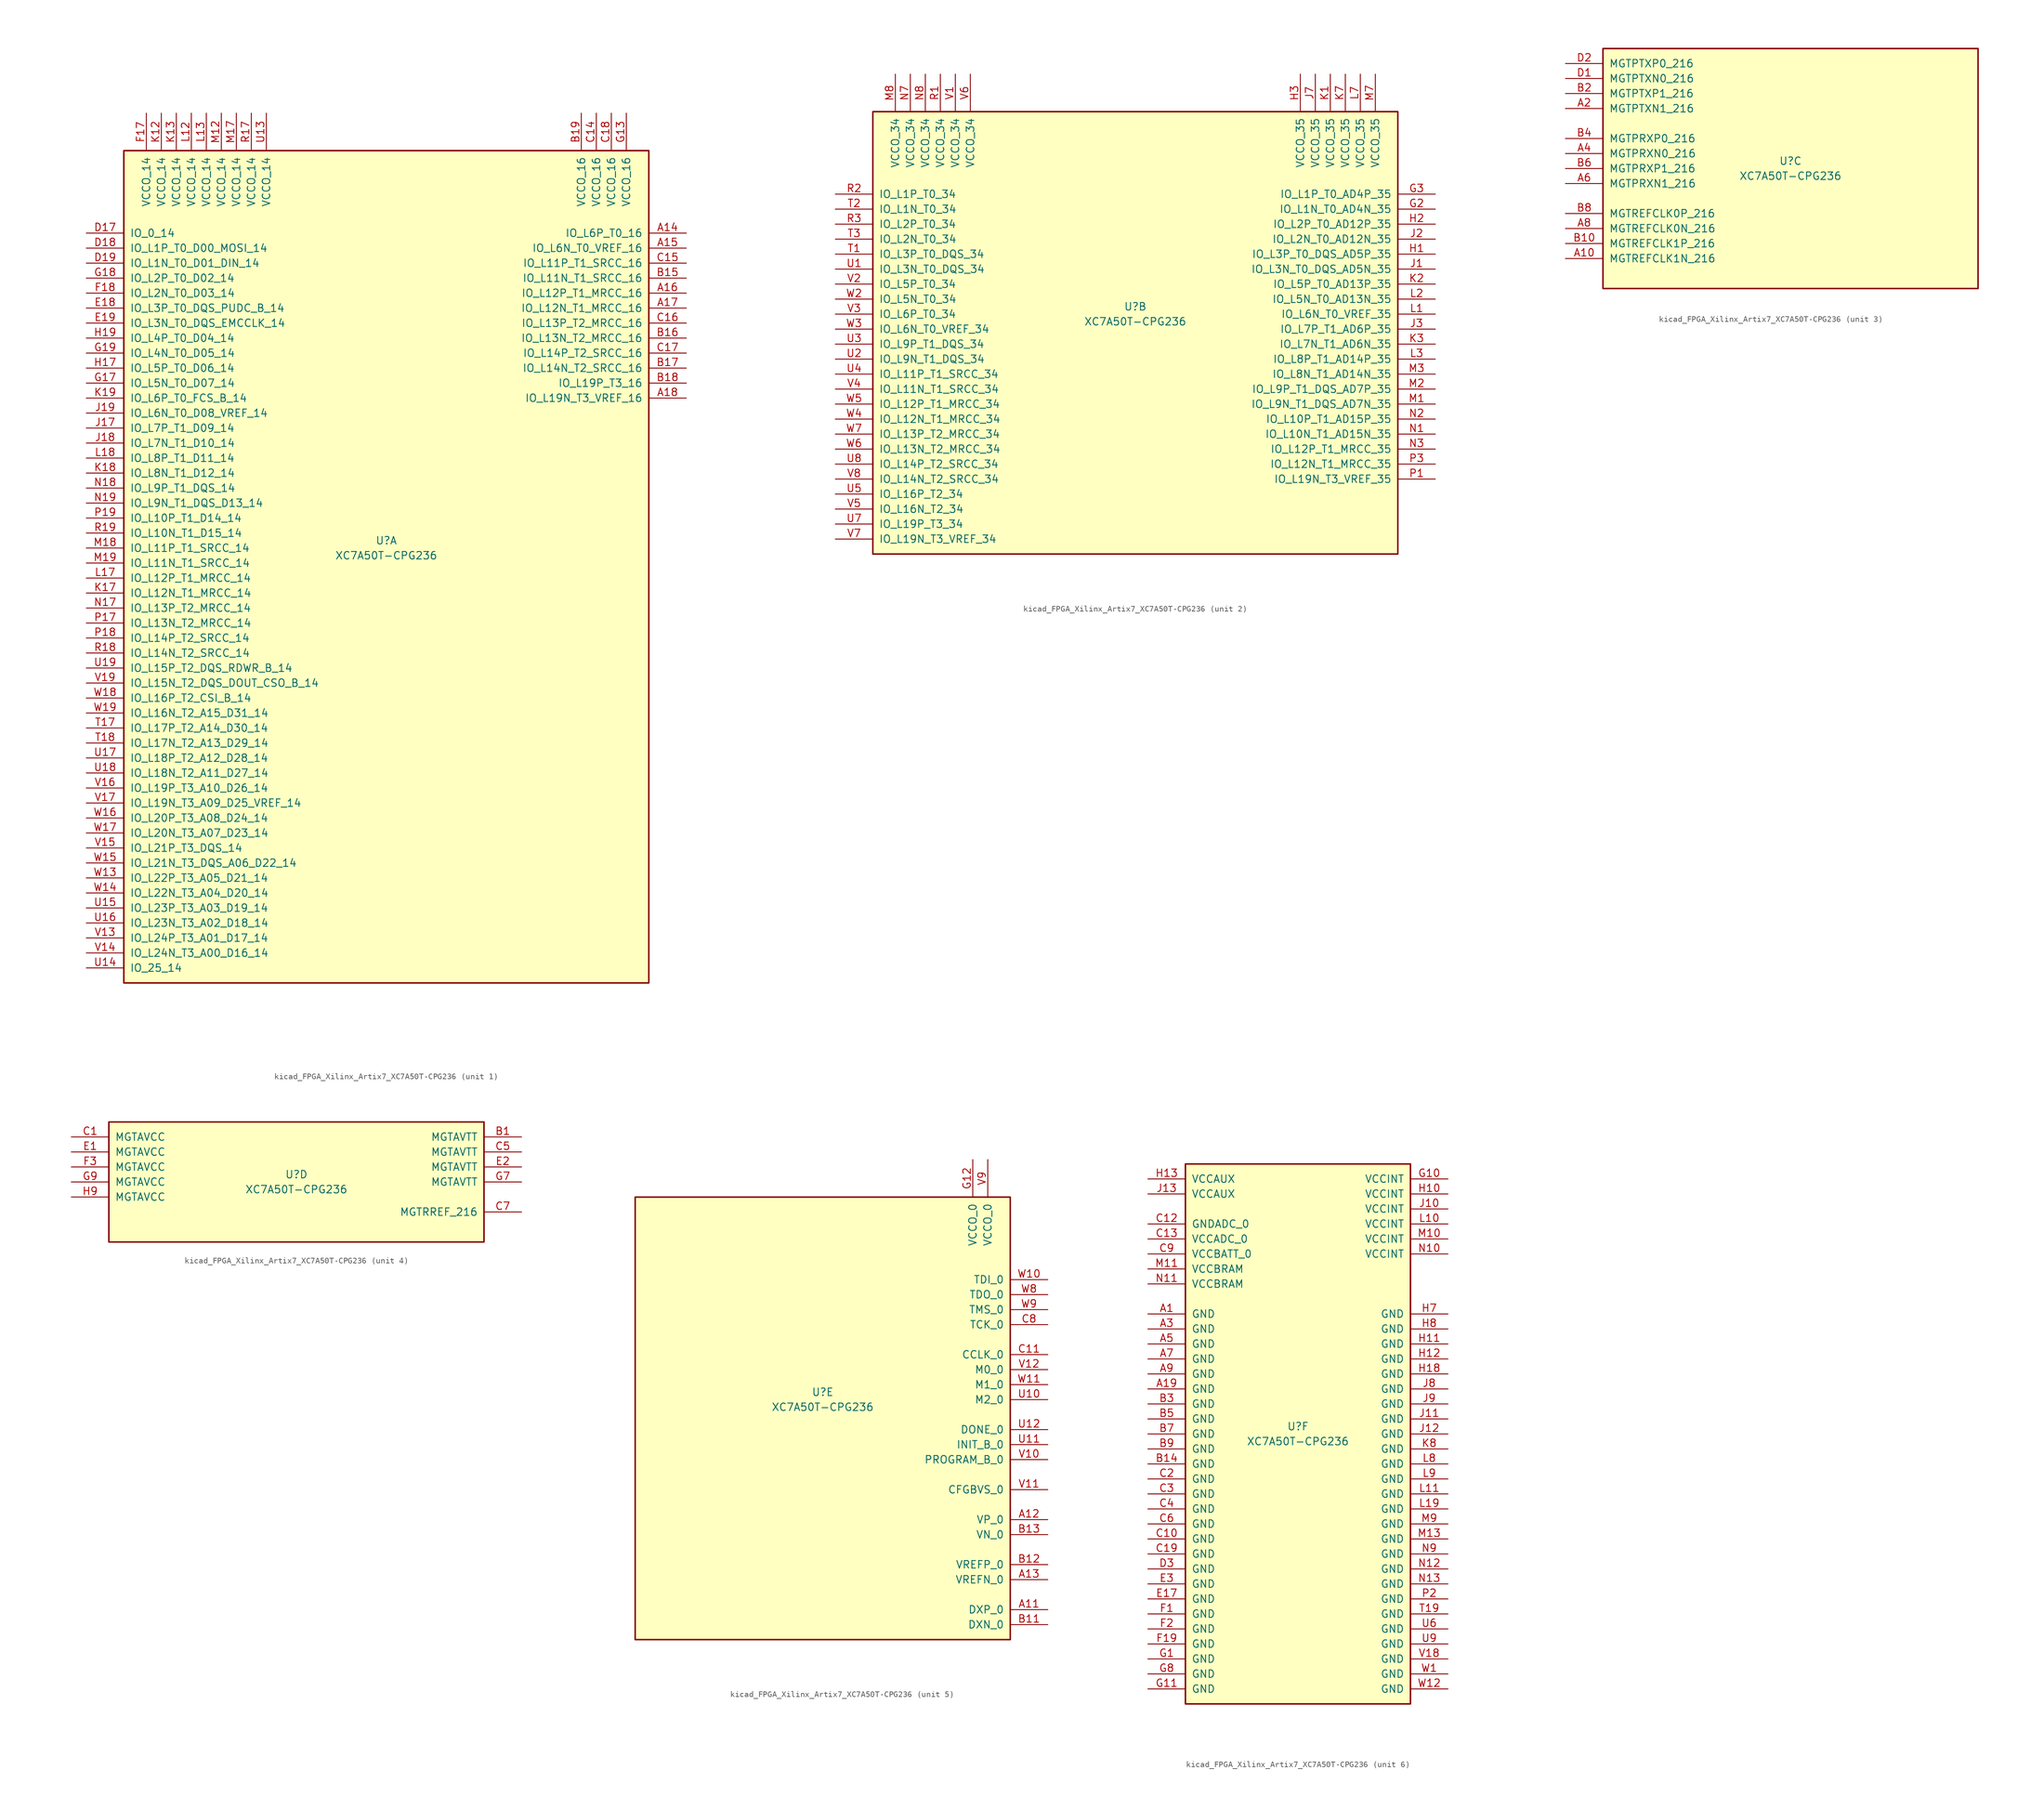
<source format=kicad_sym>
(kicad_symbol_lib
  (version 20220914)
  (generator kicad_symbol_editor)
  (symbol "kicad_FPGA_Xilinx_Artix7_XC7A50T-CPG236"
    (pin_names
      (offset 1.016))
    (property "Reference" "U"
      (at 0 1.27 0)
      (effects (font (size 1.27 1.27))))
    (property "Value" "XC7A50T-CPG236"
      (at 0 -1.27 0)
      (effects (font (size 1.27 1.27))))
    (property "Datasheet" ""
      (at 0 0 0)
      (effects (font (size 1.27 1.27))))
    (property "ki_locked" ""
      (at 0 0 0)
      (effects (font (size 1.27 1.27))))
    (symbol "kicad_FPGA_Xilinx_Artix7_XC7A50T-CPG236_1_1"
      (rectangle (start -44.45 67.31) (end 44.45 -73.66) (stroke (width 0.254) (type default)) (fill (type background)))
      (pin bidirectional line (at 50.8 53.34 180) (length 6.35) (name "IO_L6P_T0_16" (effects (font (size 1.27 1.27)))) (number "A14" (effects (font (size 1.27 1.27)))))
      (pin bidirectional line (at 50.8 50.8 180) (length 6.35) (name "IO_L6N_T0_VREF_16" (effects (font (size 1.27 1.27)))) (number "A15" (effects (font (size 1.27 1.27)))))
      (pin bidirectional line (at 50.8 43.18 180) (length 6.35) (name "IO_L12P_T1_MRCC_16" (effects (font (size 1.27 1.27)))) (number "A16" (effects (font (size 1.27 1.27)))))
      (pin bidirectional line (at 50.8 40.64 180) (length 6.35) (name "IO_L12N_T1_MRCC_16" (effects (font (size 1.27 1.27)))) (number "A17" (effects (font (size 1.27 1.27)))))
      (pin bidirectional line (at 50.8 25.4 180) (length 6.35) (name "IO_L19N_T3_VREF_16" (effects (font (size 1.27 1.27)))) (number "A18" (effects (font (size 1.27 1.27)))))
      (pin bidirectional line (at 50.8 45.72 180) (length 6.35) (name "IO_L11N_T1_SRCC_16" (effects (font (size 1.27 1.27)))) (number "B15" (effects (font (size 1.27 1.27)))))
      (pin bidirectional line (at 50.8 35.56 180) (length 6.35) (name "IO_L13N_T2_MRCC_16" (effects (font (size 1.27 1.27)))) (number "B16" (effects (font (size 1.27 1.27)))))
      (pin bidirectional line (at 50.8 30.48 180) (length 6.35) (name "IO_L14N_T2_SRCC_16" (effects (font (size 1.27 1.27)))) (number "B17" (effects (font (size 1.27 1.27)))))
      (pin bidirectional line (at 50.8 27.94 180) (length 6.35) (name "IO_L19P_T3_16" (effects (font (size 1.27 1.27)))) (number "B18" (effects (font (size 1.27 1.27)))))
      (pin power_in line (at 33.02 73.66 270) (length 6.35) (name "VCCO_16" (effects (font (size 1.27 1.27)))) (number "B19" (effects (font (size 1.27 1.27)))))
      (pin power_in line (at 35.56 73.66 270) (length 6.35) (name "VCCO_16" (effects (font (size 1.27 1.27)))) (number "C14" (effects (font (size 1.27 1.27)))))
      (pin bidirectional line (at 50.8 48.26 180) (length 6.35) (name "IO_L11P_T1_SRCC_16" (effects (font (size 1.27 1.27)))) (number "C15" (effects (font (size 1.27 1.27)))))
      (pin bidirectional line (at 50.8 38.1 180) (length 6.35) (name "IO_L13P_T2_MRCC_16" (effects (font (size 1.27 1.27)))) (number "C16" (effects (font (size 1.27 1.27)))))
      (pin bidirectional line (at 50.8 33.02 180) (length 6.35) (name "IO_L14P_T2_SRCC_16" (effects (font (size 1.27 1.27)))) (number "C17" (effects (font (size 1.27 1.27)))))
      (pin power_in line (at 38.1 73.66 270) (length 6.35) (name "VCCO_16" (effects (font (size 1.27 1.27)))) (number "C18" (effects (font (size 1.27 1.27)))))
      (pin bidirectional line (at -50.8 53.34 0) (length 6.35) (name "IO_0_14" (effects (font (size 1.27 1.27)))) (number "D17" (effects (font (size 1.27 1.27)))))
      (pin bidirectional line (at -50.8 50.8 0) (length 6.35) (name "IO_L1P_T0_D00_MOSI_14" (effects (font (size 1.27 1.27)))) (number "D18" (effects (font (size 1.27 1.27)))))
      (pin bidirectional line (at -50.8 48.26 0) (length 6.35) (name "IO_L1N_T0_D01_DIN_14" (effects (font (size 1.27 1.27)))) (number "D19" (effects (font (size 1.27 1.27)))))
      (pin bidirectional line (at -50.8 40.64 0) (length 6.35) (name "IO_L3P_T0_DQS_PUDC_B_14" (effects (font (size 1.27 1.27)))) (number "E18" (effects (font (size 1.27 1.27)))))
      (pin bidirectional line (at -50.8 38.1 0) (length 6.35) (name "IO_L3N_T0_DQS_EMCCLK_14" (effects (font (size 1.27 1.27)))) (number "E19" (effects (font (size 1.27 1.27)))))
      (pin power_in line (at -40.64 73.66 270) (length 6.35) (name "VCCO_14" (effects (font (size 1.27 1.27)))) (number "F17" (effects (font (size 1.27 1.27)))))
      (pin bidirectional line (at -50.8 43.18 0) (length 6.35) (name "IO_L2N_T0_D03_14" (effects (font (size 1.27 1.27)))) (number "F18" (effects (font (size 1.27 1.27)))))
      (pin power_in line (at 40.64 73.66 270) (length 6.35) (name "VCCO_16" (effects (font (size 1.27 1.27)))) (number "G13" (effects (font (size 1.27 1.27)))))
      (pin bidirectional line (at -50.8 27.94 0) (length 6.35) (name "IO_L5N_T0_D07_14" (effects (font (size 1.27 1.27)))) (number "G17" (effects (font (size 1.27 1.27)))))
      (pin bidirectional line (at -50.8 45.72 0) (length 6.35) (name "IO_L2P_T0_D02_14" (effects (font (size 1.27 1.27)))) (number "G18" (effects (font (size 1.27 1.27)))))
      (pin bidirectional line (at -50.8 33.02 0) (length 6.35) (name "IO_L4N_T0_D05_14" (effects (font (size 1.27 1.27)))) (number "G19" (effects (font (size 1.27 1.27)))))
      (pin bidirectional line (at -50.8 30.48 0) (length 6.35) (name "IO_L5P_T0_D06_14" (effects (font (size 1.27 1.27)))) (number "H17" (effects (font (size 1.27 1.27)))))
      (pin bidirectional line (at -50.8 35.56 0) (length 6.35) (name "IO_L4P_T0_D04_14" (effects (font (size 1.27 1.27)))) (number "H19" (effects (font (size 1.27 1.27)))))
      (pin bidirectional line (at -50.8 20.32 0) (length 6.35) (name "IO_L7P_T1_D09_14" (effects (font (size 1.27 1.27)))) (number "J17" (effects (font (size 1.27 1.27)))))
      (pin bidirectional line (at -50.8 17.78 0) (length 6.35) (name "IO_L7N_T1_D10_14" (effects (font (size 1.27 1.27)))) (number "J18" (effects (font (size 1.27 1.27)))))
      (pin bidirectional line (at -50.8 22.86 0) (length 6.35) (name "IO_L6N_T0_D08_VREF_14" (effects (font (size 1.27 1.27)))) (number "J19" (effects (font (size 1.27 1.27)))))
      (pin power_in line (at -38.1 73.66 270) (length 6.35) (name "VCCO_14" (effects (font (size 1.27 1.27)))) (number "K12" (effects (font (size 1.27 1.27)))))
      (pin power_in line (at -35.56 73.66 270) (length 6.35) (name "VCCO_14" (effects (font (size 1.27 1.27)))) (number "K13" (effects (font (size 1.27 1.27)))))
      (pin bidirectional line (at -50.8 -7.62 0) (length 6.35) (name "IO_L12N_T1_MRCC_14" (effects (font (size 1.27 1.27)))) (number "K17" (effects (font (size 1.27 1.27)))))
      (pin bidirectional line (at -50.8 12.7 0) (length 6.35) (name "IO_L8N_T1_D12_14" (effects (font (size 1.27 1.27)))) (number "K18" (effects (font (size 1.27 1.27)))))
      (pin bidirectional line (at -50.8 25.4 0) (length 6.35) (name "IO_L6P_T0_FCS_B_14" (effects (font (size 1.27 1.27)))) (number "K19" (effects (font (size 1.27 1.27)))))
      (pin power_in line (at -33.02 73.66 270) (length 6.35) (name "VCCO_14" (effects (font (size 1.27 1.27)))) (number "L12" (effects (font (size 1.27 1.27)))))
      (pin power_in line (at -30.48 73.66 270) (length 6.35) (name "VCCO_14" (effects (font (size 1.27 1.27)))) (number "L13" (effects (font (size 1.27 1.27)))))
      (pin bidirectional line (at -50.8 -5.08 0) (length 6.35) (name "IO_L12P_T1_MRCC_14" (effects (font (size 1.27 1.27)))) (number "L17" (effects (font (size 1.27 1.27)))))
      (pin bidirectional line (at -50.8 15.24 0) (length 6.35) (name "IO_L8P_T1_D11_14" (effects (font (size 1.27 1.27)))) (number "L18" (effects (font (size 1.27 1.27)))))
      (pin power_in line (at -27.94 73.66 270) (length 6.35) (name "VCCO_14" (effects (font (size 1.27 1.27)))) (number "M12" (effects (font (size 1.27 1.27)))))
      (pin power_in line (at -25.4 73.66 270) (length 6.35) (name "VCCO_14" (effects (font (size 1.27 1.27)))) (number "M17" (effects (font (size 1.27 1.27)))))
      (pin bidirectional line (at -50.8 0 0) (length 6.35) (name "IO_L11P_T1_SRCC_14" (effects (font (size 1.27 1.27)))) (number "M18" (effects (font (size 1.27 1.27)))))
      (pin bidirectional line (at -50.8 -2.54 0) (length 6.35) (name "IO_L11N_T1_SRCC_14" (effects (font (size 1.27 1.27)))) (number "M19" (effects (font (size 1.27 1.27)))))
      (pin bidirectional line (at -50.8 -10.16 0) (length 6.35) (name "IO_L13P_T2_MRCC_14" (effects (font (size 1.27 1.27)))) (number "N17" (effects (font (size 1.27 1.27)))))
      (pin bidirectional line (at -50.8 10.16 0) (length 6.35) (name "IO_L9P_T1_DQS_14" (effects (font (size 1.27 1.27)))) (number "N18" (effects (font (size 1.27 1.27)))))
      (pin bidirectional line (at -50.8 7.62 0) (length 6.35) (name "IO_L9N_T1_DQS_D13_14" (effects (font (size 1.27 1.27)))) (number "N19" (effects (font (size 1.27 1.27)))))
      (pin bidirectional line (at -50.8 -12.7 0) (length 6.35) (name "IO_L13N_T2_MRCC_14" (effects (font (size 1.27 1.27)))) (number "P17" (effects (font (size 1.27 1.27)))))
      (pin bidirectional line (at -50.8 -15.24 0) (length 6.35) (name "IO_L14P_T2_SRCC_14" (effects (font (size 1.27 1.27)))) (number "P18" (effects (font (size 1.27 1.27)))))
      (pin bidirectional line (at -50.8 5.08 0) (length 6.35) (name "IO_L10P_T1_D14_14" (effects (font (size 1.27 1.27)))) (number "P19" (effects (font (size 1.27 1.27)))))
      (pin power_in line (at -22.86 73.66 270) (length 6.35) (name "VCCO_14" (effects (font (size 1.27 1.27)))) (number "R17" (effects (font (size 1.27 1.27)))))
      (pin bidirectional line (at -50.8 -17.78 0) (length 6.35) (name "IO_L14N_T2_SRCC_14" (effects (font (size 1.27 1.27)))) (number "R18" (effects (font (size 1.27 1.27)))))
      (pin bidirectional line (at -50.8 2.54 0) (length 6.35) (name "IO_L10N_T1_D15_14" (effects (font (size 1.27 1.27)))) (number "R19" (effects (font (size 1.27 1.27)))))
      (pin bidirectional line (at -50.8 -30.48 0) (length 6.35) (name "IO_L17P_T2_A14_D30_14" (effects (font (size 1.27 1.27)))) (number "T17" (effects (font (size 1.27 1.27)))))
      (pin bidirectional line (at -50.8 -33.02 0) (length 6.35) (name "IO_L17N_T2_A13_D29_14" (effects (font (size 1.27 1.27)))) (number "T18" (effects (font (size 1.27 1.27)))))
      (pin power_in line (at -20.32 73.66 270) (length 6.35) (name "VCCO_14" (effects (font (size 1.27 1.27)))) (number "U13" (effects (font (size 1.27 1.27)))))
      (pin bidirectional line (at -50.8 -71.12 0) (length 6.35) (name "IO_25_14" (effects (font (size 1.27 1.27)))) (number "U14" (effects (font (size 1.27 1.27)))))
      (pin bidirectional line (at -50.8 -60.96 0) (length 6.35) (name "IO_L23P_T3_A03_D19_14" (effects (font (size 1.27 1.27)))) (number "U15" (effects (font (size 1.27 1.27)))))
      (pin bidirectional line (at -50.8 -63.5 0) (length 6.35) (name "IO_L23N_T3_A02_D18_14" (effects (font (size 1.27 1.27)))) (number "U16" (effects (font (size 1.27 1.27)))))
      (pin bidirectional line (at -50.8 -35.56 0) (length 6.35) (name "IO_L18P_T2_A12_D28_14" (effects (font (size 1.27 1.27)))) (number "U17" (effects (font (size 1.27 1.27)))))
      (pin bidirectional line (at -50.8 -38.1 0) (length 6.35) (name "IO_L18N_T2_A11_D27_14" (effects (font (size 1.27 1.27)))) (number "U18" (effects (font (size 1.27 1.27)))))
      (pin bidirectional line (at -50.8 -20.32 0) (length 6.35) (name "IO_L15P_T2_DQS_RDWR_B_14" (effects (font (size 1.27 1.27)))) (number "U19" (effects (font (size 1.27 1.27)))))
      (pin bidirectional line (at -50.8 -66.04 0) (length 6.35) (name "IO_L24P_T3_A01_D17_14" (effects (font (size 1.27 1.27)))) (number "V13" (effects (font (size 1.27 1.27)))))
      (pin bidirectional line (at -50.8 -68.58 0) (length 6.35) (name "IO_L24N_T3_A00_D16_14" (effects (font (size 1.27 1.27)))) (number "V14" (effects (font (size 1.27 1.27)))))
      (pin bidirectional line (at -50.8 -50.8 0) (length 6.35) (name "IO_L21P_T3_DQS_14" (effects (font (size 1.27 1.27)))) (number "V15" (effects (font (size 1.27 1.27)))))
      (pin bidirectional line (at -50.8 -40.64 0) (length 6.35) (name "IO_L19P_T3_A10_D26_14" (effects (font (size 1.27 1.27)))) (number "V16" (effects (font (size 1.27 1.27)))))
      (pin bidirectional line (at -50.8 -43.18 0) (length 6.35) (name "IO_L19N_T3_A09_D25_VREF_14" (effects (font (size 1.27 1.27)))) (number "V17" (effects (font (size 1.27 1.27)))))
      (pin bidirectional line (at -50.8 -22.86 0) (length 6.35) (name "IO_L15N_T2_DQS_DOUT_CSO_B_14" (effects (font (size 1.27 1.27)))) (number "V19" (effects (font (size 1.27 1.27)))))
      (pin bidirectional line (at -50.8 -55.88 0) (length 6.35) (name "IO_L22P_T3_A05_D21_14" (effects (font (size 1.27 1.27)))) (number "W13" (effects (font (size 1.27 1.27)))))
      (pin bidirectional line (at -50.8 -58.42 0) (length 6.35) (name "IO_L22N_T3_A04_D20_14" (effects (font (size 1.27 1.27)))) (number "W14" (effects (font (size 1.27 1.27)))))
      (pin bidirectional line (at -50.8 -53.34 0) (length 6.35) (name "IO_L21N_T3_DQS_A06_D22_14" (effects (font (size 1.27 1.27)))) (number "W15" (effects (font (size 1.27 1.27)))))
      (pin bidirectional line (at -50.8 -45.72 0) (length 6.35) (name "IO_L20P_T3_A08_D24_14" (effects (font (size 1.27 1.27)))) (number "W16" (effects (font (size 1.27 1.27)))))
      (pin bidirectional line (at -50.8 -48.26 0) (length 6.35) (name "IO_L20N_T3_A07_D23_14" (effects (font (size 1.27 1.27)))) (number "W17" (effects (font (size 1.27 1.27)))))
      (pin bidirectional line (at -50.8 -25.4 0) (length 6.35) (name "IO_L16P_T2_CSI_B_14" (effects (font (size 1.27 1.27)))) (number "W18" (effects (font (size 1.27 1.27)))))
      (pin bidirectional line (at -50.8 -27.94 0) (length 6.35) (name "IO_L16N_T2_A15_D31_14" (effects (font (size 1.27 1.27)))) (number "W19" (effects (font (size 1.27 1.27))))))
    (symbol "kicad_FPGA_Xilinx_Artix7_XC7A50T-CPG236_2_1"
      (rectangle (start -44.45 34.29) (end 44.45 -40.64) (stroke (width 0.254) (type default)) (fill (type background)))
      (pin bidirectional line (at 50.8 17.78 180) (length 6.35) (name "IO_L1N_T0_AD4N_35" (effects (font (size 1.27 1.27)))) (number "G2" (effects (font (size 1.27 1.27)))))
      (pin bidirectional line (at 50.8 20.32 180) (length 6.35) (name "IO_L1P_T0_AD4P_35" (effects (font (size 1.27 1.27)))) (number "G3" (effects (font (size 1.27 1.27)))))
      (pin bidirectional line (at 50.8 10.16 180) (length 6.35) (name "IO_L3P_T0_DQS_AD5P_35" (effects (font (size 1.27 1.27)))) (number "H1" (effects (font (size 1.27 1.27)))))
      (pin bidirectional line (at 50.8 15.24 180) (length 6.35) (name "IO_L2P_T0_AD12P_35" (effects (font (size 1.27 1.27)))) (number "H2" (effects (font (size 1.27 1.27)))))
      (pin power_in line (at 27.94 40.64 270) (length 6.35) (name "VCCO_35" (effects (font (size 1.27 1.27)))) (number "H3" (effects (font (size 1.27 1.27)))))
      (pin bidirectional line (at 50.8 7.62 180) (length 6.35) (name "IO_L3N_T0_DQS_AD5N_35" (effects (font (size 1.27 1.27)))) (number "J1" (effects (font (size 1.27 1.27)))))
      (pin bidirectional line (at 50.8 12.7 180) (length 6.35) (name "IO_L2N_T0_AD12N_35" (effects (font (size 1.27 1.27)))) (number "J2" (effects (font (size 1.27 1.27)))))
      (pin bidirectional line (at 50.8 -2.54 180) (length 6.35) (name "IO_L7P_T1_AD6P_35" (effects (font (size 1.27 1.27)))) (number "J3" (effects (font (size 1.27 1.27)))))
      (pin power_in line (at 30.48 40.64 270) (length 6.35) (name "VCCO_35" (effects (font (size 1.27 1.27)))) (number "J7" (effects (font (size 1.27 1.27)))))
      (pin power_in line (at 33.02 40.64 270) (length 6.35) (name "VCCO_35" (effects (font (size 1.27 1.27)))) (number "K1" (effects (font (size 1.27 1.27)))))
      (pin bidirectional line (at 50.8 5.08 180) (length 6.35) (name "IO_L5P_T0_AD13P_35" (effects (font (size 1.27 1.27)))) (number "K2" (effects (font (size 1.27 1.27)))))
      (pin bidirectional line (at 50.8 -5.08 180) (length 6.35) (name "IO_L7N_T1_AD6N_35" (effects (font (size 1.27 1.27)))) (number "K3" (effects (font (size 1.27 1.27)))))
      (pin power_in line (at 35.56 40.64 270) (length 6.35) (name "VCCO_35" (effects (font (size 1.27 1.27)))) (number "K7" (effects (font (size 1.27 1.27)))))
      (pin bidirectional line (at 50.8 0 180) (length 6.35) (name "IO_L6N_T0_VREF_35" (effects (font (size 1.27 1.27)))) (number "L1" (effects (font (size 1.27 1.27)))))
      (pin bidirectional line (at 50.8 2.54 180) (length 6.35) (name "IO_L5N_T0_AD13N_35" (effects (font (size 1.27 1.27)))) (number "L2" (effects (font (size 1.27 1.27)))))
      (pin bidirectional line (at 50.8 -7.62 180) (length 6.35) (name "IO_L8P_T1_AD14P_35" (effects (font (size 1.27 1.27)))) (number "L3" (effects (font (size 1.27 1.27)))))
      (pin power_in line (at 38.1 40.64 270) (length 6.35) (name "VCCO_35" (effects (font (size 1.27 1.27)))) (number "L7" (effects (font (size 1.27 1.27)))))
      (pin bidirectional line (at 50.8 -15.24 180) (length 6.35) (name "IO_L9N_T1_DQS_AD7N_35" (effects (font (size 1.27 1.27)))) (number "M1" (effects (font (size 1.27 1.27)))))
      (pin bidirectional line (at 50.8 -12.7 180) (length 6.35) (name "IO_L9P_T1_DQS_AD7P_35" (effects (font (size 1.27 1.27)))) (number "M2" (effects (font (size 1.27 1.27)))))
      (pin bidirectional line (at 50.8 -10.16 180) (length 6.35) (name "IO_L8N_T1_AD14N_35" (effects (font (size 1.27 1.27)))) (number "M3" (effects (font (size 1.27 1.27)))))
      (pin power_in line (at 40.64 40.64 270) (length 6.35) (name "VCCO_35" (effects (font (size 1.27 1.27)))) (number "M7" (effects (font (size 1.27 1.27)))))
      (pin power_in line (at -40.64 40.64 270) (length 6.35) (name "VCCO_34" (effects (font (size 1.27 1.27)))) (number "M8" (effects (font (size 1.27 1.27)))))
      (pin bidirectional line (at 50.8 -20.32 180) (length 6.35) (name "IO_L10N_T1_AD15N_35" (effects (font (size 1.27 1.27)))) (number "N1" (effects (font (size 1.27 1.27)))))
      (pin bidirectional line (at 50.8 -17.78 180) (length 6.35) (name "IO_L10P_T1_AD15P_35" (effects (font (size 1.27 1.27)))) (number "N2" (effects (font (size 1.27 1.27)))))
      (pin bidirectional line (at 50.8 -22.86 180) (length 6.35) (name "IO_L12P_T1_MRCC_35" (effects (font (size 1.27 1.27)))) (number "N3" (effects (font (size 1.27 1.27)))))
      (pin power_in line (at -38.1 40.64 270) (length 6.35) (name "VCCO_34" (effects (font (size 1.27 1.27)))) (number "N7" (effects (font (size 1.27 1.27)))))
      (pin power_in line (at -35.56 40.64 270) (length 6.35) (name "VCCO_34" (effects (font (size 1.27 1.27)))) (number "N8" (effects (font (size 1.27 1.27)))))
      (pin bidirectional line (at 50.8 -27.94 180) (length 6.35) (name "IO_L19N_T3_VREF_35" (effects (font (size 1.27 1.27)))) (number "P1" (effects (font (size 1.27 1.27)))))
      (pin bidirectional line (at 50.8 -25.4 180) (length 6.35) (name "IO_L12N_T1_MRCC_35" (effects (font (size 1.27 1.27)))) (number "P3" (effects (font (size 1.27 1.27)))))
      (pin power_in line (at -33.02 40.64 270) (length 6.35) (name "VCCO_34" (effects (font (size 1.27 1.27)))) (number "R1" (effects (font (size 1.27 1.27)))))
      (pin bidirectional line (at -50.8 20.32 0) (length 6.35) (name "IO_L1P_T0_34" (effects (font (size 1.27 1.27)))) (number "R2" (effects (font (size 1.27 1.27)))))
      (pin bidirectional line (at -50.8 15.24 0) (length 6.35) (name "IO_L2P_T0_34" (effects (font (size 1.27 1.27)))) (number "R3" (effects (font (size 1.27 1.27)))))
      (pin bidirectional line (at -50.8 10.16 0) (length 6.35) (name "IO_L3P_T0_DQS_34" (effects (font (size 1.27 1.27)))) (number "T1" (effects (font (size 1.27 1.27)))))
      (pin bidirectional line (at -50.8 17.78 0) (length 6.35) (name "IO_L1N_T0_34" (effects (font (size 1.27 1.27)))) (number "T2" (effects (font (size 1.27 1.27)))))
      (pin bidirectional line (at -50.8 12.7 0) (length 6.35) (name "IO_L2N_T0_34" (effects (font (size 1.27 1.27)))) (number "T3" (effects (font (size 1.27 1.27)))))
      (pin bidirectional line (at -50.8 7.62 0) (length 6.35) (name "IO_L3N_T0_DQS_34" (effects (font (size 1.27 1.27)))) (number "U1" (effects (font (size 1.27 1.27)))))
      (pin bidirectional line (at -50.8 -7.62 0) (length 6.35) (name "IO_L9N_T1_DQS_34" (effects (font (size 1.27 1.27)))) (number "U2" (effects (font (size 1.27 1.27)))))
      (pin bidirectional line (at -50.8 -5.08 0) (length 6.35) (name "IO_L9P_T1_DQS_34" (effects (font (size 1.27 1.27)))) (number "U3" (effects (font (size 1.27 1.27)))))
      (pin bidirectional line (at -50.8 -10.16 0) (length 6.35) (name "IO_L11P_T1_SRCC_34" (effects (font (size 1.27 1.27)))) (number "U4" (effects (font (size 1.27 1.27)))))
      (pin bidirectional line (at -50.8 -30.48 0) (length 6.35) (name "IO_L16P_T2_34" (effects (font (size 1.27 1.27)))) (number "U5" (effects (font (size 1.27 1.27)))))
      (pin bidirectional line (at -50.8 -35.56 0) (length 6.35) (name "IO_L19P_T3_34" (effects (font (size 1.27 1.27)))) (number "U7" (effects (font (size 1.27 1.27)))))
      (pin bidirectional line (at -50.8 -25.4 0) (length 6.35) (name "IO_L14P_T2_SRCC_34" (effects (font (size 1.27 1.27)))) (number "U8" (effects (font (size 1.27 1.27)))))
      (pin power_in line (at -30.48 40.64 270) (length 6.35) (name "VCCO_34" (effects (font (size 1.27 1.27)))) (number "V1" (effects (font (size 1.27 1.27)))))
      (pin bidirectional line (at -50.8 5.08 0) (length 6.35) (name "IO_L5P_T0_34" (effects (font (size 1.27 1.27)))) (number "V2" (effects (font (size 1.27 1.27)))))
      (pin bidirectional line (at -50.8 0 0) (length 6.35) (name "IO_L6P_T0_34" (effects (font (size 1.27 1.27)))) (number "V3" (effects (font (size 1.27 1.27)))))
      (pin bidirectional line (at -50.8 -12.7 0) (length 6.35) (name "IO_L11N_T1_SRCC_34" (effects (font (size 1.27 1.27)))) (number "V4" (effects (font (size 1.27 1.27)))))
      (pin bidirectional line (at -50.8 -33.02 0) (length 6.35) (name "IO_L16N_T2_34" (effects (font (size 1.27 1.27)))) (number "V5" (effects (font (size 1.27 1.27)))))
      (pin power_in line (at -27.94 40.64 270) (length 6.35) (name "VCCO_34" (effects (font (size 1.27 1.27)))) (number "V6" (effects (font (size 1.27 1.27)))))
      (pin bidirectional line (at -50.8 -38.1 0) (length 6.35) (name "IO_L19N_T3_VREF_34" (effects (font (size 1.27 1.27)))) (number "V7" (effects (font (size 1.27 1.27)))))
      (pin bidirectional line (at -50.8 -27.94 0) (length 6.35) (name "IO_L14N_T2_SRCC_34" (effects (font (size 1.27 1.27)))) (number "V8" (effects (font (size 1.27 1.27)))))
      (pin bidirectional line (at -50.8 2.54 0) (length 6.35) (name "IO_L5N_T0_34" (effects (font (size 1.27 1.27)))) (number "W2" (effects (font (size 1.27 1.27)))))
      (pin bidirectional line (at -50.8 -2.54 0) (length 6.35) (name "IO_L6N_T0_VREF_34" (effects (font (size 1.27 1.27)))) (number "W3" (effects (font (size 1.27 1.27)))))
      (pin bidirectional line (at -50.8 -17.78 0) (length 6.35) (name "IO_L12N_T1_MRCC_34" (effects (font (size 1.27 1.27)))) (number "W4" (effects (font (size 1.27 1.27)))))
      (pin bidirectional line (at -50.8 -15.24 0) (length 6.35) (name "IO_L12P_T1_MRCC_34" (effects (font (size 1.27 1.27)))) (number "W5" (effects (font (size 1.27 1.27)))))
      (pin bidirectional line (at -50.8 -22.86 0) (length 6.35) (name "IO_L13N_T2_MRCC_34" (effects (font (size 1.27 1.27)))) (number "W6" (effects (font (size 1.27 1.27)))))
      (pin bidirectional line (at -50.8 -20.32 0) (length 6.35) (name "IO_L13P_T2_MRCC_34" (effects (font (size 1.27 1.27)))) (number "W7" (effects (font (size 1.27 1.27))))))
    (symbol "kicad_FPGA_Xilinx_Artix7_XC7A50T-CPG236_3_1"
      (rectangle (start -31.75 20.32) (end 31.75 -20.32) (stroke (width 0.254) (type default)) (fill (type background)))
      (pin bidirectional line (at -38.1 -15.24 0) (length 6.35) (name "MGTREFCLK1N_216" (effects (font (size 1.27 1.27)))) (number "A10" (effects (font (size 1.27 1.27)))))
      (pin bidirectional line (at -38.1 10.16 0) (length 6.35) (name "MGTPTXN1_216" (effects (font (size 1.27 1.27)))) (number "A2" (effects (font (size 1.27 1.27)))))
      (pin bidirectional line (at -38.1 2.54 0) (length 6.35) (name "MGTPRXN0_216" (effects (font (size 1.27 1.27)))) (number "A4" (effects (font (size 1.27 1.27)))))
      (pin bidirectional line (at -38.1 -2.54 0) (length 6.35) (name "MGTPRXN1_216" (effects (font (size 1.27 1.27)))) (number "A6" (effects (font (size 1.27 1.27)))))
      (pin bidirectional line (at -38.1 -10.16 0) (length 6.35) (name "MGTREFCLK0N_216" (effects (font (size 1.27 1.27)))) (number "A8" (effects (font (size 1.27 1.27)))))
      (pin bidirectional line (at -38.1 -12.7 0) (length 6.35) (name "MGTREFCLK1P_216" (effects (font (size 1.27 1.27)))) (number "B10" (effects (font (size 1.27 1.27)))))
      (pin bidirectional line (at -38.1 12.7 0) (length 6.35) (name "MGTPTXP1_216" (effects (font (size 1.27 1.27)))) (number "B2" (effects (font (size 1.27 1.27)))))
      (pin bidirectional line (at -38.1 5.08 0) (length 6.35) (name "MGTPRXP0_216" (effects (font (size 1.27 1.27)))) (number "B4" (effects (font (size 1.27 1.27)))))
      (pin bidirectional line (at -38.1 0 0) (length 6.35) (name "MGTPRXP1_216" (effects (font (size 1.27 1.27)))) (number "B6" (effects (font (size 1.27 1.27)))))
      (pin bidirectional line (at -38.1 -7.62 0) (length 6.35) (name "MGTREFCLK0P_216" (effects (font (size 1.27 1.27)))) (number "B8" (effects (font (size 1.27 1.27)))))
      (pin bidirectional line (at -38.1 15.24 0) (length 6.35) (name "MGTPTXN0_216" (effects (font (size 1.27 1.27)))) (number "D1" (effects (font (size 1.27 1.27)))))
      (pin bidirectional line (at -38.1 17.78 0) (length 6.35) (name "MGTPTXP0_216" (effects (font (size 1.27 1.27)))) (number "D2" (effects (font (size 1.27 1.27))))))
    (symbol "kicad_FPGA_Xilinx_Artix7_XC7A50T-CPG236_4_1"
      (rectangle (start -31.75 10.16) (end 31.75 -10.16) (stroke (width 0.254) (type default)) (fill (type background)))
      (pin power_in line (at 38.1 7.62 180) (length 6.35) (name "MGTAVTT" (effects (font (size 1.27 1.27)))) (number "B1" (effects (font (size 1.27 1.27)))))
      (pin power_in line (at -38.1 7.62 0) (length 6.35) (name "MGTAVCC" (effects (font (size 1.27 1.27)))) (number "C1" (effects (font (size 1.27 1.27)))))
      (pin power_in line (at 38.1 5.08 180) (length 6.35) (name "MGTAVTT" (effects (font (size 1.27 1.27)))) (number "C5" (effects (font (size 1.27 1.27)))))
      (pin power_in line (at 38.1 -5.08 180) (length 6.35) (name "MGTRREF_216" (effects (font (size 1.27 1.27)))) (number "C7" (effects (font (size 1.27 1.27)))))
      (pin power_in line (at -38.1 5.08 0) (length 6.35) (name "MGTAVCC" (effects (font (size 1.27 1.27)))) (number "E1" (effects (font (size 1.27 1.27)))))
      (pin power_in line (at 38.1 2.54 180) (length 6.35) (name "MGTAVTT" (effects (font (size 1.27 1.27)))) (number "E2" (effects (font (size 1.27 1.27)))))
      (pin power_in line (at -38.1 2.54 0) (length 6.35) (name "MGTAVCC" (effects (font (size 1.27 1.27)))) (number "F3" (effects (font (size 1.27 1.27)))))
      (pin power_in line (at 38.1 0 180) (length 6.35) (name "MGTAVTT" (effects (font (size 1.27 1.27)))) (number "G7" (effects (font (size 1.27 1.27)))))
      (pin power_in line (at -38.1 0 0) (length 6.35) (name "MGTAVCC" (effects (font (size 1.27 1.27)))) (number "G9" (effects (font (size 1.27 1.27)))))
      (pin power_in line (at -38.1 -2.54 0) (length 6.35) (name "MGTAVCC" (effects (font (size 1.27 1.27)))) (number "H9" (effects (font (size 1.27 1.27))))))
    (symbol "kicad_FPGA_Xilinx_Artix7_XC7A50T-CPG236_5_1"
      (rectangle (start -31.75 34.29) (end 31.75 -40.64) (stroke (width 0.254) (type default)) (fill (type background)))
      (pin bidirectional line (at 38.1 -35.56 180) (length 6.35) (name "DXP_0" (effects (font (size 1.27 1.27)))) (number "A11" (effects (font (size 1.27 1.27)))))
      (pin bidirectional line (at 38.1 -20.32 180) (length 6.35) (name "VP_0" (effects (font (size 1.27 1.27)))) (number "A12" (effects (font (size 1.27 1.27)))))
      (pin bidirectional line (at 38.1 -30.48 180) (length 6.35) (name "VREFN_0" (effects (font (size 1.27 1.27)))) (number "A13" (effects (font (size 1.27 1.27)))))
      (pin bidirectional line (at 38.1 -38.1 180) (length 6.35) (name "DXN_0" (effects (font (size 1.27 1.27)))) (number "B11" (effects (font (size 1.27 1.27)))))
      (pin bidirectional line (at 38.1 -27.94 180) (length 6.35) (name "VREFP_0" (effects (font (size 1.27 1.27)))) (number "B12" (effects (font (size 1.27 1.27)))))
      (pin bidirectional line (at 38.1 -22.86 180) (length 6.35) (name "VN_0" (effects (font (size 1.27 1.27)))) (number "B13" (effects (font (size 1.27 1.27)))))
      (pin bidirectional line (at 38.1 7.62 180) (length 6.35) (name "CCLK_0" (effects (font (size 1.27 1.27)))) (number "C11" (effects (font (size 1.27 1.27)))))
      (pin bidirectional line (at 38.1 12.7 180) (length 6.35) (name "TCK_0" (effects (font (size 1.27 1.27)))) (number "C8" (effects (font (size 1.27 1.27)))))
      (pin power_in line (at 25.4 40.64 270) (length 6.35) (name "VCCO_0" (effects (font (size 1.27 1.27)))) (number "G12" (effects (font (size 1.27 1.27)))))
      (pin bidirectional line (at 38.1 0 180) (length 6.35) (name "M2_0" (effects (font (size 1.27 1.27)))) (number "U10" (effects (font (size 1.27 1.27)))))
      (pin bidirectional line (at 38.1 -7.62 180) (length 6.35) (name "INIT_B_0" (effects (font (size 1.27 1.27)))) (number "U11" (effects (font (size 1.27 1.27)))))
      (pin bidirectional line (at 38.1 -5.08 180) (length 6.35) (name "DONE_0" (effects (font (size 1.27 1.27)))) (number "U12" (effects (font (size 1.27 1.27)))))
      (pin bidirectional line (at 38.1 -10.16 180) (length 6.35) (name "PROGRAM_B_0" (effects (font (size 1.27 1.27)))) (number "V10" (effects (font (size 1.27 1.27)))))
      (pin bidirectional line (at 38.1 -15.24 180) (length 6.35) (name "CFGBVS_0" (effects (font (size 1.27 1.27)))) (number "V11" (effects (font (size 1.27 1.27)))))
      (pin bidirectional line (at 38.1 5.08 180) (length 6.35) (name "M0_0" (effects (font (size 1.27 1.27)))) (number "V12" (effects (font (size 1.27 1.27)))))
      (pin power_in line (at 27.94 40.64 270) (length 6.35) (name "VCCO_0" (effects (font (size 1.27 1.27)))) (number "V9" (effects (font (size 1.27 1.27)))))
      (pin bidirectional line (at 38.1 20.32 180) (length 6.35) (name "TDI_0" (effects (font (size 1.27 1.27)))) (number "W10" (effects (font (size 1.27 1.27)))))
      (pin bidirectional line (at 38.1 2.54 180) (length 6.35) (name "M1_0" (effects (font (size 1.27 1.27)))) (number "W11" (effects (font (size 1.27 1.27)))))
      (pin bidirectional line (at 38.1 17.78 180) (length 6.35) (name "TDO_0" (effects (font (size 1.27 1.27)))) (number "W8" (effects (font (size 1.27 1.27)))))
      (pin bidirectional line (at 38.1 15.24 180) (length 6.35) (name "TMS_0" (effects (font (size 1.27 1.27)))) (number "W9" (effects (font (size 1.27 1.27))))))
    (symbol "kicad_FPGA_Xilinx_Artix7_XC7A50T-CPG236_6_1"
      (rectangle (start -19.05 45.72) (end 19.05 -45.72) (stroke (width 0.254) (type default)) (fill (type background)))
      (pin power_in line (at -25.4 20.32 0) (length 6.35) (name "GND" (effects (font (size 1.27 1.27)))) (number "A1" (effects (font (size 1.27 1.27)))))
      (pin power_in line (at -25.4 7.62 0) (length 6.35) (name "GND" (effects (font (size 1.27 1.27)))) (number "A19" (effects (font (size 1.27 1.27)))))
      (pin power_in line (at -25.4 17.78 0) (length 6.35) (name "GND" (effects (font (size 1.27 1.27)))) (number "A3" (effects (font (size 1.27 1.27)))))
      (pin power_in line (at -25.4 15.24 0) (length 6.35) (name "GND" (effects (font (size 1.27 1.27)))) (number "A5" (effects (font (size 1.27 1.27)))))
      (pin power_in line (at -25.4 12.7 0) (length 6.35) (name "GND" (effects (font (size 1.27 1.27)))) (number "A7" (effects (font (size 1.27 1.27)))))
      (pin power_in line (at -25.4 10.16 0) (length 6.35) (name "GND" (effects (font (size 1.27 1.27)))) (number "A9" (effects (font (size 1.27 1.27)))))
      (pin power_in line (at -25.4 -5.08 0) (length 6.35) (name "GND" (effects (font (size 1.27 1.27)))) (number "B14" (effects (font (size 1.27 1.27)))))
      (pin power_in line (at -25.4 5.08 0) (length 6.35) (name "GND" (effects (font (size 1.27 1.27)))) (number "B3" (effects (font (size 1.27 1.27)))))
      (pin power_in line (at -25.4 2.54 0) (length 6.35) (name "GND" (effects (font (size 1.27 1.27)))) (number "B5" (effects (font (size 1.27 1.27)))))
      (pin power_in line (at -25.4 0 0) (length 6.35) (name "GND" (effects (font (size 1.27 1.27)))) (number "B7" (effects (font (size 1.27 1.27)))))
      (pin power_in line (at -25.4 -2.54 0) (length 6.35) (name "GND" (effects (font (size 1.27 1.27)))) (number "B9" (effects (font (size 1.27 1.27)))))
      (pin power_in line (at -25.4 -17.78 0) (length 6.35) (name "GND" (effects (font (size 1.27 1.27)))) (number "C10" (effects (font (size 1.27 1.27)))))
      (pin power_in line (at -25.4 35.56 0) (length 6.35) (name "GNDADC_0" (effects (font (size 1.27 1.27)))) (number "C12" (effects (font (size 1.27 1.27)))))
      (pin power_in line (at -25.4 33.02 0) (length 6.35) (name "VCCADC_0" (effects (font (size 1.27 1.27)))) (number "C13" (effects (font (size 1.27 1.27)))))
      (pin power_in line (at -25.4 -20.32 0) (length 6.35) (name "GND" (effects (font (size 1.27 1.27)))) (number "C19" (effects (font (size 1.27 1.27)))))
      (pin power_in line (at -25.4 -7.62 0) (length 6.35) (name "GND" (effects (font (size 1.27 1.27)))) (number "C2" (effects (font (size 1.27 1.27)))))
      (pin power_in line (at -25.4 -10.16 0) (length 6.35) (name "GND" (effects (font (size 1.27 1.27)))) (number "C3" (effects (font (size 1.27 1.27)))))
      (pin power_in line (at -25.4 -12.7 0) (length 6.35) (name "GND" (effects (font (size 1.27 1.27)))) (number "C4" (effects (font (size 1.27 1.27)))))
      (pin power_in line (at -25.4 -15.24 0) (length 6.35) (name "GND" (effects (font (size 1.27 1.27)))) (number "C6" (effects (font (size 1.27 1.27)))))
      (pin power_in line (at -25.4 30.48 0) (length 6.35) (name "VCCBATT_0" (effects (font (size 1.27 1.27)))) (number "C9" (effects (font (size 1.27 1.27)))))
      (pin power_in line (at -25.4 -22.86 0) (length 6.35) (name "GND" (effects (font (size 1.27 1.27)))) (number "D3" (effects (font (size 1.27 1.27)))))
      (pin power_in line (at -25.4 -27.94 0) (length 6.35) (name "GND" (effects (font (size 1.27 1.27)))) (number "E17" (effects (font (size 1.27 1.27)))))
      (pin power_in line (at -25.4 -25.4 0) (length 6.35) (name "GND" (effects (font (size 1.27 1.27)))) (number "E3" (effects (font (size 1.27 1.27)))))
      (pin power_in line (at -25.4 -30.48 0) (length 6.35) (name "GND" (effects (font (size 1.27 1.27)))) (number "F1" (effects (font (size 1.27 1.27)))))
      (pin power_in line (at -25.4 -35.56 0) (length 6.35) (name "GND" (effects (font (size 1.27 1.27)))) (number "F19" (effects (font (size 1.27 1.27)))))
      (pin power_in line (at -25.4 -33.02 0) (length 6.35) (name "GND" (effects (font (size 1.27 1.27)))) (number "F2" (effects (font (size 1.27 1.27)))))
      (pin power_in line (at -25.4 -38.1 0) (length 6.35) (name "GND" (effects (font (size 1.27 1.27)))) (number "G1" (effects (font (size 1.27 1.27)))))
      (pin power_in line (at 25.4 43.18 180) (length 6.35) (name "VCCINT" (effects (font (size 1.27 1.27)))) (number "G10" (effects (font (size 1.27 1.27)))))
      (pin power_in line (at -25.4 -43.18 0) (length 6.35) (name "GND" (effects (font (size 1.27 1.27)))) (number "G11" (effects (font (size 1.27 1.27)))))
      (pin power_in line (at -25.4 -40.64 0) (length 6.35) (name "GND" (effects (font (size 1.27 1.27)))) (number "G8" (effects (font (size 1.27 1.27)))))
      (pin power_in line (at 25.4 40.64 180) (length 6.35) (name "VCCINT" (effects (font (size 1.27 1.27)))) (number "H10" (effects (font (size 1.27 1.27)))))
      (pin power_in line (at 25.4 15.24 180) (length 6.35) (name "GND" (effects (font (size 1.27 1.27)))) (number "H11" (effects (font (size 1.27 1.27)))))
      (pin power_in line (at 25.4 12.7 180) (length 6.35) (name "GND" (effects (font (size 1.27 1.27)))) (number "H12" (effects (font (size 1.27 1.27)))))
      (pin power_in line (at -25.4 43.18 0) (length 6.35) (name "VCCAUX" (effects (font (size 1.27 1.27)))) (number "H13" (effects (font (size 1.27 1.27)))))
      (pin power_in line (at 25.4 10.16 180) (length 6.35) (name "GND" (effects (font (size 1.27 1.27)))) (number "H18" (effects (font (size 1.27 1.27)))))
      (pin power_in line (at 25.4 20.32 180) (length 6.35) (name "GND" (effects (font (size 1.27 1.27)))) (number "H7" (effects (font (size 1.27 1.27)))))
      (pin power_in line (at 25.4 17.78 180) (length 6.35) (name "GND" (effects (font (size 1.27 1.27)))) (number "H8" (effects (font (size 1.27 1.27)))))
      (pin power_in line (at 25.4 38.1 180) (length 6.35) (name "VCCINT" (effects (font (size 1.27 1.27)))) (number "J10" (effects (font (size 1.27 1.27)))))
      (pin power_in line (at 25.4 2.54 180) (length 6.35) (name "GND" (effects (font (size 1.27 1.27)))) (number "J11" (effects (font (size 1.27 1.27)))))
      (pin power_in line (at 25.4 0 180) (length 6.35) (name "GND" (effects (font (size 1.27 1.27)))) (number "J12" (effects (font (size 1.27 1.27)))))
      (pin power_in line (at -25.4 40.64 0) (length 6.35) (name "VCCAUX" (effects (font (size 1.27 1.27)))) (number "J13" (effects (font (size 1.27 1.27)))))
      (pin power_in line (at 25.4 7.62 180) (length 6.35) (name "GND" (effects (font (size 1.27 1.27)))) (number "J8" (effects (font (size 1.27 1.27)))))
      (pin power_in line (at 25.4 5.08 180) (length 6.35) (name "GND" (effects (font (size 1.27 1.27)))) (number "J9" (effects (font (size 1.27 1.27)))))
      (pin power_in line (at 25.4 -2.54 180) (length 6.35) (name "GND" (effects (font (size 1.27 1.27)))) (number "K8" (effects (font (size 1.27 1.27)))))
      (pin power_in line (at 25.4 35.56 180) (length 6.35) (name "VCCINT" (effects (font (size 1.27 1.27)))) (number "L10" (effects (font (size 1.27 1.27)))))
      (pin power_in line (at 25.4 -10.16 180) (length 6.35) (name "GND" (effects (font (size 1.27 1.27)))) (number "L11" (effects (font (size 1.27 1.27)))))
      (pin power_in line (at 25.4 -12.7 180) (length 6.35) (name "GND" (effects (font (size 1.27 1.27)))) (number "L19" (effects (font (size 1.27 1.27)))))
      (pin power_in line (at 25.4 -5.08 180) (length 6.35) (name "GND" (effects (font (size 1.27 1.27)))) (number "L8" (effects (font (size 1.27 1.27)))))
      (pin power_in line (at 25.4 -7.62 180) (length 6.35) (name "GND" (effects (font (size 1.27 1.27)))) (number "L9" (effects (font (size 1.27 1.27)))))
      (pin power_in line (at 25.4 33.02 180) (length 6.35) (name "VCCINT" (effects (font (size 1.27 1.27)))) (number "M10" (effects (font (size 1.27 1.27)))))
      (pin power_in line (at -25.4 27.94 0) (length 6.35) (name "VCCBRAM" (effects (font (size 1.27 1.27)))) (number "M11" (effects (font (size 1.27 1.27)))))
      (pin power_in line (at 25.4 -17.78 180) (length 6.35) (name "GND" (effects (font (size 1.27 1.27)))) (number "M13" (effects (font (size 1.27 1.27)))))
      (pin power_in line (at 25.4 -15.24 180) (length 6.35) (name "GND" (effects (font (size 1.27 1.27)))) (number "M9" (effects (font (size 1.27 1.27)))))
      (pin power_in line (at 25.4 30.48 180) (length 6.35) (name "VCCINT" (effects (font (size 1.27 1.27)))) (number "N10" (effects (font (size 1.27 1.27)))))
      (pin power_in line (at -25.4 25.4 0) (length 6.35) (name "VCCBRAM" (effects (font (size 1.27 1.27)))) (number "N11" (effects (font (size 1.27 1.27)))))
      (pin power_in line (at 25.4 -22.86 180) (length 6.35) (name "GND" (effects (font (size 1.27 1.27)))) (number "N12" (effects (font (size 1.27 1.27)))))
      (pin power_in line (at 25.4 -25.4 180) (length 6.35) (name "GND" (effects (font (size 1.27 1.27)))) (number "N13" (effects (font (size 1.27 1.27)))))
      (pin power_in line (at 25.4 -20.32 180) (length 6.35) (name "GND" (effects (font (size 1.27 1.27)))) (number "N9" (effects (font (size 1.27 1.27)))))
      (pin power_in line (at 25.4 -27.94 180) (length 6.35) (name "GND" (effects (font (size 1.27 1.27)))) (number "P2" (effects (font (size 1.27 1.27)))))
      (pin power_in line (at 25.4 -30.48 180) (length 6.35) (name "GND" (effects (font (size 1.27 1.27)))) (number "T19" (effects (font (size 1.27 1.27)))))
      (pin power_in line (at 25.4 -33.02 180) (length 6.35) (name "GND" (effects (font (size 1.27 1.27)))) (number "U6" (effects (font (size 1.27 1.27)))))
      (pin power_in line (at 25.4 -35.56 180) (length 6.35) (name "GND" (effects (font (size 1.27 1.27)))) (number "U9" (effects (font (size 1.27 1.27)))))
      (pin power_in line (at 25.4 -38.1 180) (length 6.35) (name "GND" (effects (font (size 1.27 1.27)))) (number "V18" (effects (font (size 1.27 1.27)))))
      (pin power_in line (at 25.4 -40.64 180) (length 6.35) (name "GND" (effects (font (size 1.27 1.27)))) (number "W1" (effects (font (size 1.27 1.27)))))
      (pin power_in line (at 25.4 -43.18 180) (length 6.35) (name "GND" (effects (font (size 1.27 1.27)))) (number "W12" (effects (font (size 1.27 1.27))))))))
</source>
